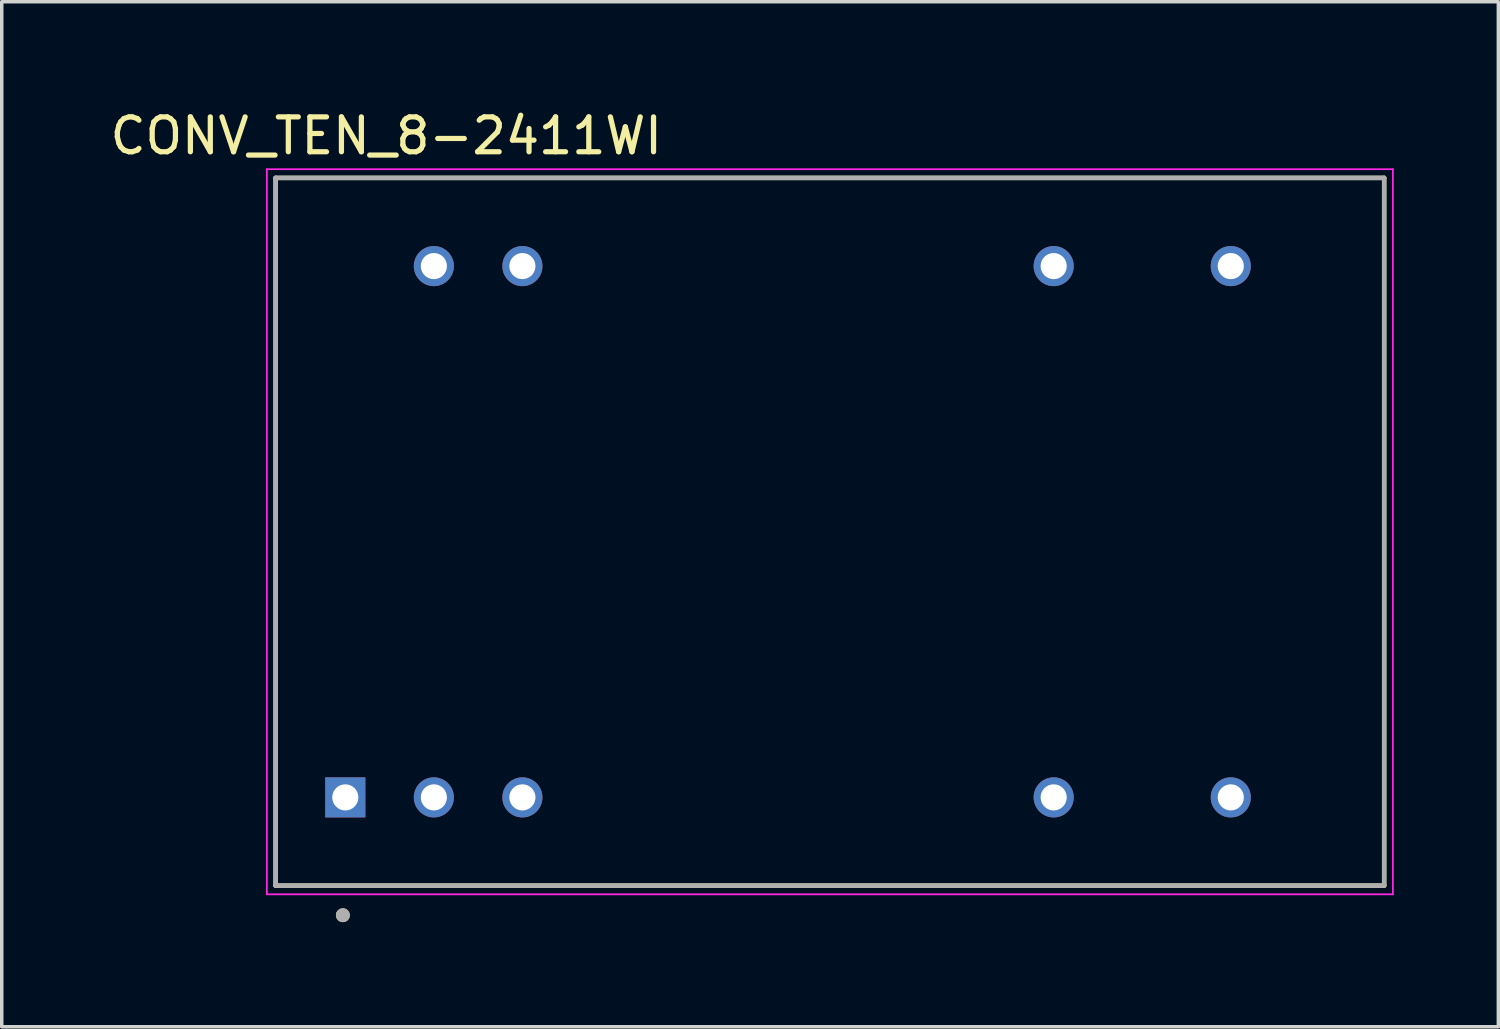
<source format=kicad_pcb>
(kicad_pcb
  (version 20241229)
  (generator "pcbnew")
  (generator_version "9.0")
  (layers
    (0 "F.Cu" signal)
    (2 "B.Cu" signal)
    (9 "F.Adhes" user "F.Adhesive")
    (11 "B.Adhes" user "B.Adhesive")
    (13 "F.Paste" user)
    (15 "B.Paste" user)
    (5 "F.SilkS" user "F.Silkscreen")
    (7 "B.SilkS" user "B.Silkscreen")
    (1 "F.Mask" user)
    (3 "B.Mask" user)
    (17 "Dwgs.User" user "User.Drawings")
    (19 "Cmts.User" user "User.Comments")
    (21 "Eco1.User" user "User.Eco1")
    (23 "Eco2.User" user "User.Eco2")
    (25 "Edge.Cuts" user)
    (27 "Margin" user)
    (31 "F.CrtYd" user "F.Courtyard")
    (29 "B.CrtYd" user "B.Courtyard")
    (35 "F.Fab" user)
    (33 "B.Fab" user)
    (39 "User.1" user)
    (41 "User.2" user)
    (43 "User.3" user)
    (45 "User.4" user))
  (footprint "CONV_TEN_8-2411WI"
    (layer "F.Cu")
    (at 20.755 12.203)
    (property "Reference" "CONV_TEN_8-2411WI" (at -12.725 -11.355 0) (layer "F.SilkS") (effects (font (size 1 1) (thickness 0.15))))
    (attr through_hole)
    (fp_line (start -15.9 -10.15) (end 15.9 -10.15) (stroke (width 0.127) (type solid)) (layer "F.SilkS"))
    (fp_line (start -15.9 10.15) (end -15.9 -10.15) (stroke (width 0.127) (type solid)) (layer "F.SilkS"))
    (fp_line (start 15.9 -10.15) (end 15.9 10.15) (stroke (width 0.127) (type solid)) (layer "F.SilkS"))
    (fp_line (start 15.9 10.15) (end -15.9 10.15) (stroke (width 0.127) (type solid)) (layer "F.SilkS"))
    (fp_circle (center -13.97 11) (end -13.87 11) (stroke (width 0.2) (type solid)) (fill no) (layer "F.SilkS"))
    (fp_line (start -16.15 -10.4) (end -16.15 10.4) (stroke (width 0.05) (type solid)) (layer "F.CrtYd"))
    (fp_line (start -16.15 10.4) (end 16.15 10.4) (stroke (width 0.05) (type solid)) (layer "F.CrtYd"))
    (fp_line (start 16.15 -10.4) (end -16.15 -10.4) (stroke (width 0.05) (type solid)) (layer "F.CrtYd"))
    (fp_line (start 16.15 10.4) (end 16.15 -10.4) (stroke (width 0.05) (type solid)) (layer "F.CrtYd"))
    (fp_line (start -15.9 -10.15) (end 15.9 -10.15) (stroke (width 0.127) (type solid)) (layer "F.Fab"))
    (fp_line (start -15.9 10.15) (end -15.9 -10.15) (stroke (width 0.127) (type solid)) (layer "F.Fab"))
    (fp_line (start 15.9 -10.15) (end 15.9 10.15) (stroke (width 0.127) (type solid)) (layer "F.Fab"))
    (fp_line (start 15.9 10.15) (end -15.9 10.15) (stroke (width 0.127) (type solid)) (layer "F.Fab"))
    (fp_circle (center -13.97 11) (end -13.87 11) (stroke (width 0.2) (type solid)) (fill no) (layer "F.Fab"))
    (pad "1" thru_hole rect (at -13.9 7.62) (size 1.15 1.15) (drill 0.75) (layers "*.Cu" "*.Mask"))
    (pad "2" thru_hole circle (at -11.36 7.62) (size 1.15 1.15) (drill 0.75) (layers "*.Cu" "*.Mask"))
    (pad "3" thru_hole circle (at -8.82 7.62) (size 1.15 1.15) (drill 0.75) (layers "*.Cu" "*.Mask"))
    (pad "9" thru_hole circle (at 6.42 7.62) (size 1.15 1.15) (drill 0.75) (layers "*.Cu" "*.Mask"))
    (pad "11" thru_hole circle (at 11.5 7.62) (size 1.15 1.15) (drill 0.75) (layers "*.Cu" "*.Mask"))
    (pad "14" thru_hole circle (at 11.5 -7.62) (size 1.15 1.15) (drill 0.75) (layers "*.Cu" "*.Mask"))
    (pad "16" thru_hole circle (at 6.42 -7.62) (size 1.15 1.15) (drill 0.75) (layers "*.Cu" "*.Mask"))
    (pad "22" thru_hole circle (at -8.82 -7.62) (size 1.15 1.15) (drill 0.75) (layers "*.Cu" "*.Mask"))
    (pad "23" thru_hole circle (at -11.36 -7.62) (size 1.15 1.15) (drill 0.75) (layers "*.Cu" "*.Mask")))
  (gr_rect
    (start -3 -3)
    (end 39.93 26.403)
    (stroke (width 0.1) (type default))
    (fill no)
    (layer "Edge.Cuts")))
</source>
